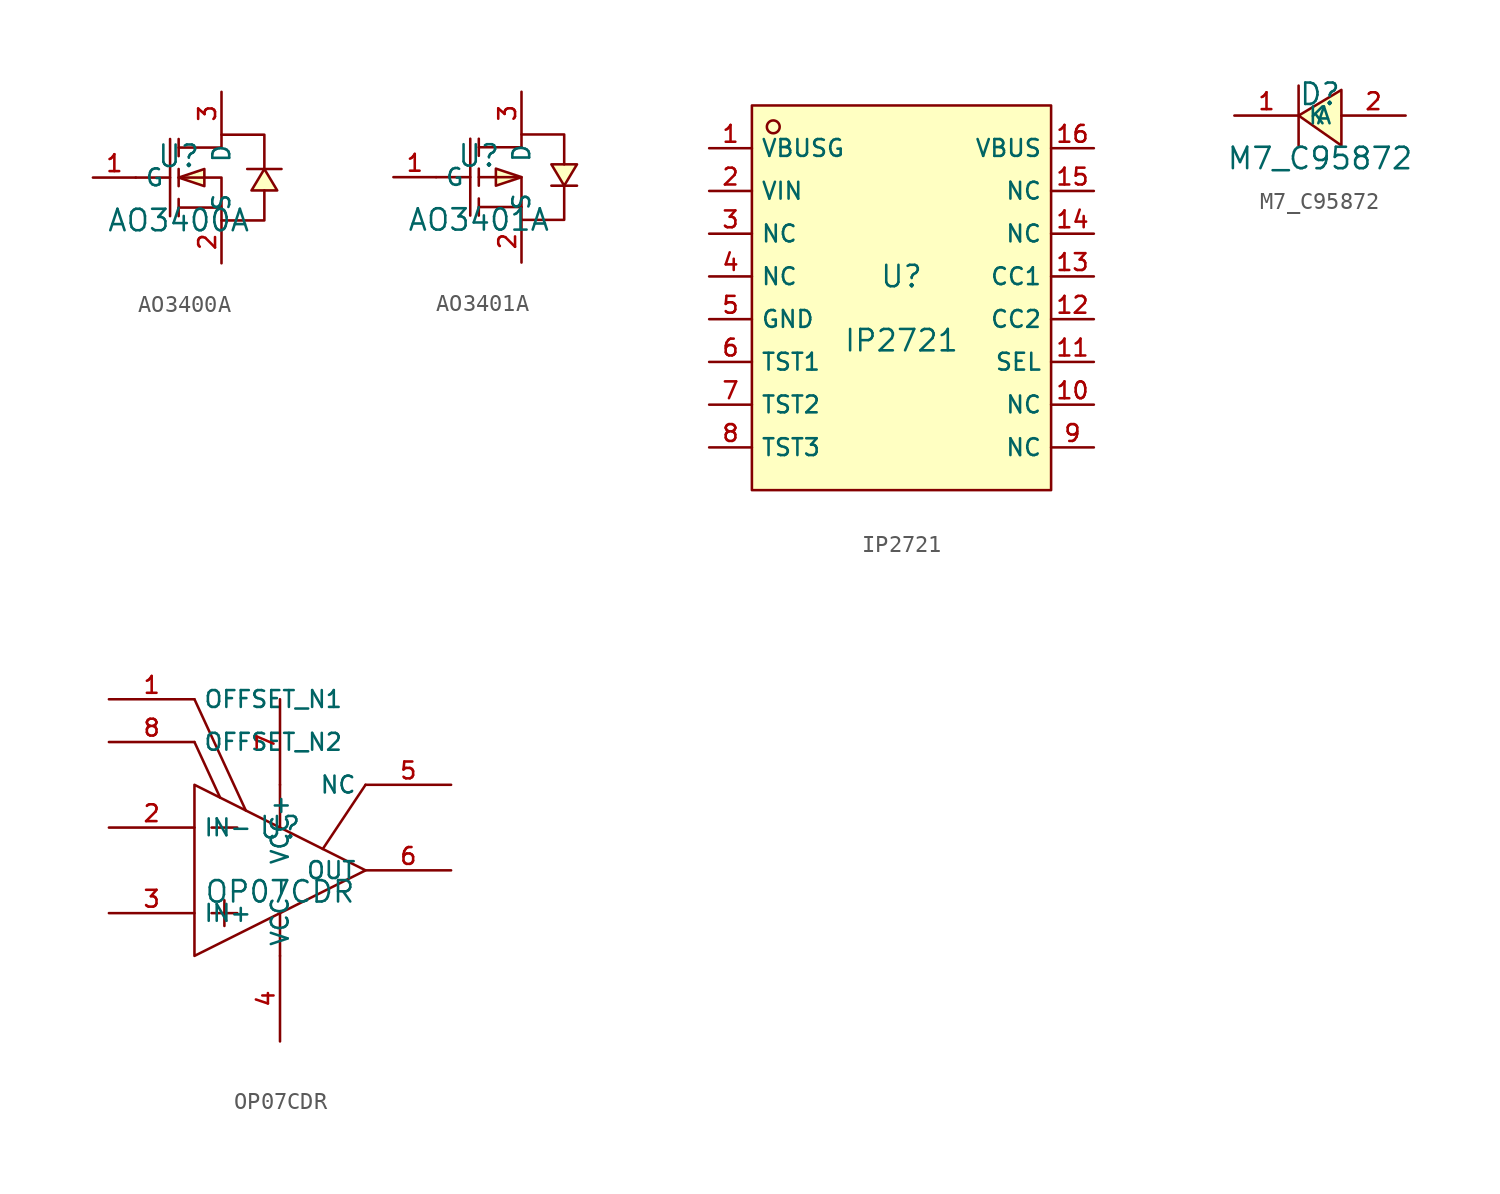
<source format=kicad_sym>
(kicad_symbol_lib
  (version 20220914)
  (generator kicad_symbol_editor)
  (symbol "AO3400A"
    (property "Reference" "U"
      (at 0 1.27 0)
      (effects (font (size 1.27 1.27))))
    (property "Value" "AO3400A"
      (at 0 -2.54 0)
      (effects (font (size 1.27 1.27))))
    (symbol "AO3400A_0_1"
      (polyline (pts (xy -2.54 0) (xy -0.508 0)) (stroke (width 0) (type default)) (fill (type none)))
      (polyline (pts (xy -0.508 2.286) (xy -0.508 -2.286)) (stroke (width 0) (type default)) (fill (type none)))
      (polyline (pts (xy 0 -2.286) (xy 0 -1.27)) (stroke (width 0) (type default)) (fill (type none)))
      (polyline (pts (xy 0 -0.508) (xy 0 0.508)) (stroke (width 0) (type default)) (fill (type none)))
      (polyline (pts (xy 0 2.286) (xy 0 1.27)) (stroke (width 0) (type default)) (fill (type none)))
      (polyline (pts (xy 2.54 -1.778) (xy 0 -1.778)) (stroke (width 0) (type default)) (fill (type none)))
      (polyline (pts (xy 0 0) (xy 1.524 -0.508) (xy 1.524 0.508) (xy 0 0)) (stroke (width 0) (type default)) (fill (type background)))
      (polyline (pts (xy 5.08 0.508) (xy 4.318 -0.762) (xy 5.842 -0.762) (xy 5.08 0.508)) (stroke (width 0) (type default)) (fill (type background)))
      (polyline (pts (xy 6.096 0.508) (xy 5.588 0.508) (xy 4.572 0.508) (xy 4.064 0.508)) (stroke (width 0) (type default)) (fill (type none)))
      (polyline (pts (xy 0 0) (xy 2.54 0) (xy 2.54 -2.54) (xy 5.08 -2.54) (xy 5.08 -0.762)) (stroke (width 0) (type default)) (fill (type none)))
      (polyline (pts (xy 0 1.778) (xy 2.54 1.778) (xy 2.54 2.54) (xy 5.08 2.54) (xy 5.08 0.508)) (stroke (width 0) (type default)) (fill (type none)))
      (pin unspecified line (at -5.08 0 0) (length 2.54) (name "G" (effects (font (size 1 1)))) (number "1" (effects (font (size 1 1)))))
      (pin unspecified line (at 2.54 -5.08 90) (length 2.54) (name "S" (effects (font (size 1 1)))) (number "2" (effects (font (size 1 1)))))
      (pin unspecified line (at 2.54 5.08 270) (length 2.54) (name "D" (effects (font (size 1 1)))) (number "3" (effects (font (size 1 1)))))))
  (symbol "AO3401A"
    (property "Reference" "U"
      (at 0 1.27 0)
      (effects (font (size 1.27 1.27))))
    (property "Value" "AO3401A"
      (at 0 -2.54 0)
      (effects (font (size 1.27 1.27))))
    (symbol "AO3401A_0_1"
      (polyline (pts (xy -2.54 0) (xy -0.508 0)) (stroke (width 0) (type default)) (fill (type none)))
      (polyline (pts (xy -0.508 2.286) (xy -0.508 -2.286)) (stroke (width 0) (type default)) (fill (type none)))
      (polyline (pts (xy 0 -2.286) (xy 0 -1.27)) (stroke (width 0) (type default)) (fill (type none)))
      (polyline (pts (xy 0 -0.508) (xy 0 0.508)) (stroke (width 0) (type default)) (fill (type none)))
      (polyline (pts (xy 0 1.27) (xy 0 2.286)) (stroke (width 0) (type default)) (fill (type none)))
      (polyline (pts (xy 2.54 -1.778) (xy 0 -1.778)) (stroke (width 0) (type default)) (fill (type none)))
      (polyline (pts (xy 2.54 1.778) (xy 0 1.778)) (stroke (width 0) (type default)) (fill (type none)))
      (polyline (pts (xy 0 0) (xy 2.54 0) (xy 2.54 -2.54)) (stroke (width 0) (type default)) (fill (type none)))
      (polyline (pts (xy 2.54 -2.54) (xy 5.08 -2.54) (xy 5.08 -0.508)) (stroke (width 0) (type default)) (fill (type none)))
      (polyline (pts (xy 2.54 0) (xy 1.016 0.508) (xy 1.016 -0.508) (xy 2.54 0)) (stroke (width 0) (type default)) (fill (type background)))
      (polyline (pts (xy 2.54 1.778) (xy 2.54 2.54) (xy 5.08 2.54) (xy 5.08 0.762)) (stroke (width 0) (type default)) (fill (type none)))
      (polyline (pts (xy 5.08 -0.508) (xy 5.842 0.762) (xy 4.318 0.762) (xy 5.08 -0.508)) (stroke (width 0) (type default)) (fill (type background)))
      (polyline (pts (xy 5.842 -0.508) (xy 5.588 -0.508) (xy 4.572 -0.508) (xy 4.318 -0.508)) (stroke (width 0) (type default)) (fill (type none)))
      (pin unspecified line (at -5.08 0 0) (length 2.54) (name "G" (effects (font (size 1 1)))) (number "1" (effects (font (size 1 1)))))
      (pin unspecified line (at 2.54 -5.08 90) (length 2.54) (name "S" (effects (font (size 1 1)))) (number "2" (effects (font (size 1 1)))))
      (pin unspecified line (at 2.54 5.08 270) (length 2.54) (name "D" (effects (font (size 1 1)))) (number "3" (effects (font (size 1 1)))))))
  (symbol "IP2721"
    (property "Reference" "U"
      (at 0 1.27 0)
      (effects (font (size 1.27 1.27))))
    (property "Value" "IP2721"
      (at 0 -2.54 0)
      (effects (font (size 1.27 1.27))))
    (symbol "IP2721_0_1"
      (rectangle (start -8.89 11.43) (end 8.89 -11.43) (stroke (width 0) (type default)) (fill (type background)))
      (circle (center -7.62 10.16) (radius 0.381) (stroke (width 0) (type default)) (fill (type background)))
      (pin unspecified line (at -11.43 8.89 0) (length 2.54) (name "VBUSG" (effects (font (size 1 1)))) (number "1" (effects (font (size 1 1)))))
      (pin unspecified line (at 11.43 -6.35 180) (length 2.54) (name "NC" (effects (font (size 1 1)))) (number "10" (effects (font (size 1 1)))))
      (pin unspecified line (at 11.43 -3.81 180) (length 2.54) (name "SEL" (effects (font (size 1 1)))) (number "11" (effects (font (size 1 1)))))
      (pin unspecified line (at 11.43 -1.27 180) (length 2.54) (name "CC2" (effects (font (size 1 1)))) (number "12" (effects (font (size 1 1)))))
      (pin unspecified line (at 11.43 1.27 180) (length 2.54) (name "CC1" (effects (font (size 1 1)))) (number "13" (effects (font (size 1 1)))))
      (pin unspecified line (at 11.43 3.81 180) (length 2.54) (name "NC" (effects (font (size 1 1)))) (number "14" (effects (font (size 1 1)))))
      (pin unspecified line (at 11.43 6.35 180) (length 2.54) (name "NC" (effects (font (size 1 1)))) (number "15" (effects (font (size 1 1)))))
      (pin unspecified line (at 11.43 8.89 180) (length 2.54) (name "VBUS" (effects (font (size 1 1)))) (number "16" (effects (font (size 1 1)))))
      (pin unspecified line (at -11.43 6.35 0) (length 2.54) (name "VIN" (effects (font (size 1 1)))) (number "2" (effects (font (size 1 1)))))
      (pin unspecified line (at -11.43 3.81 0) (length 2.54) (name "NC" (effects (font (size 1 1)))) (number "3" (effects (font (size 1 1)))))
      (pin unspecified line (at -11.43 1.27 0) (length 2.54) (name "NC" (effects (font (size 1 1)))) (number "4" (effects (font (size 1 1)))))
      (pin unspecified line (at -11.43 -1.27 0) (length 2.54) (name "GND" (effects (font (size 1 1)))) (number "5" (effects (font (size 1 1)))))
      (pin unspecified line (at -11.43 -3.81 0) (length 2.54) (name "TST1" (effects (font (size 1 1)))) (number "6" (effects (font (size 1 1)))))
      (pin unspecified line (at -11.43 -6.35 0) (length 2.54) (name "TST2" (effects (font (size 1 1)))) (number "7" (effects (font (size 1 1)))))
      (pin unspecified line (at -11.43 -8.89 0) (length 2.54) (name "TST3" (effects (font (size 1 1)))) (number "8" (effects (font (size 1 1)))))
      (pin unspecified line (at 11.43 -8.89 180) (length 2.54) (name "NC" (effects (font (size 1 1)))) (number "9" (effects (font (size 1 1)))))))
  (symbol "M7_C95872"
    (property "Reference" "D"
      (at 0 1.27 0)
      (effects (font (size 1.27 1.27))))
    (property "Value" "M7_C95872"
      (at 0 -2.54 0)
      (effects (font (size 1.27 1.27))))
    (symbol "M7_C95872_0_1"
      (polyline (pts (xy -1.27 1.778) (xy -1.27 -1.778)) (stroke (width 0) (type default)) (fill (type none)))
      (polyline (pts (xy 1.27 1.524) (xy -1.27 0) (xy 1.27 -1.778) (xy 1.27 1.524)) (stroke (width 0) (type default)) (fill (type background)))
      (pin unspecified line (at -5.08 0 0) (length 3.81) (name "K" (effects (font (size 1 1)))) (number "1" (effects (font (size 1 1)))))
      (pin unspecified line (at 5.08 0 180) (length 3.81) (name "A" (effects (font (size 1 1)))) (number "2" (effects (font (size 1 1)))))))
  (symbol "OP07CDR"
    (property "Reference" "U"
      (at 0 1.27 0)
      (effects (font (size 1.27 1.27))))
    (property "Value" "OP07CDR"
      (at 0 -2.54 0)
      (effects (font (size 1.27 1.27))))
    (symbol "OP07CDR_0_1"
      (polyline (pts (xy -4.064 -3.81) (xy -2.54 -3.81)) (stroke (width 0) (type default)) (fill (type none)))
      (polyline (pts (xy -4.064 1.27) (xy -2.54 1.27)) (stroke (width 0) (type default)) (fill (type none)))
      (polyline (pts (xy -3.556 3.048) (xy -5.08 6.35)) (stroke (width 0) (type default)) (fill (type none)))
      (polyline (pts (xy -3.302 -3.048) (xy -3.302 -4.572)) (stroke (width 0) (type default)) (fill (type none)))
      (polyline (pts (xy -2.032 2.286) (xy -5.08 8.89)) (stroke (width 0) (type default)) (fill (type none)))
      (polyline (pts (xy 0 -3.81) (xy 0 -6.35)) (stroke (width 0) (type default)) (fill (type none)))
      (polyline (pts (xy 0 3.81) (xy 0 1.27)) (stroke (width 0) (type default)) (fill (type none)))
      (polyline (pts (xy 5.08 3.81) (xy 2.54 0)) (stroke (width 0) (type default)) (fill (type none)))
      (polyline (pts (xy -5.08 -6.35) (xy 5.08 -1.27) (xy -5.08 3.81) (xy -5.08 -6.35)) (stroke (width 0) (type default)) (fill (type none)))
      (pin unspecified line (at -10.16 8.89 0) (length 5.08) (name "OFFSET_N1" (effects (font (size 1 1)))) (number "1" (effects (font (size 1 1)))))
      (pin unspecified line (at -10.16 1.27 0) (length 5.08) (name "IN-" (effects (font (size 1 1)))) (number "2" (effects (font (size 1 1)))))
      (pin unspecified line (at -10.16 -3.81 0) (length 5.08) (name "IN+" (effects (font (size 1 1)))) (number "3" (effects (font (size 1 1)))))
      (pin power_in line (at 0 -11.43 90) (length 5.08) (name "VCC-" (effects (font (size 1 1)))) (number "4" (effects (font (size 1 1)))))
      (pin unspecified line (at 10.16 3.81 180) (length 5.08) (name "NC" (effects (font (size 1 1)))) (number "5" (effects (font (size 1 1)))))
      (pin output line (at 10.16 -1.27 180) (length 5.08) (name "OUT" (effects (font (size 1 1)))) (number "6" (effects (font (size 1 1)))))
      (pin power_in line (at 0 8.89 270) (length 5.08) (name "VCC+" (effects (font (size 1 1)))) (number "7" (effects (font (size 1 1)))))
      (pin unspecified line (at -10.16 6.35 0) (length 5.08) (name "OFFSET_N2" (effects (font (size 1 1)))) (number "8" (effects (font (size 1 1))))))))
</source>
